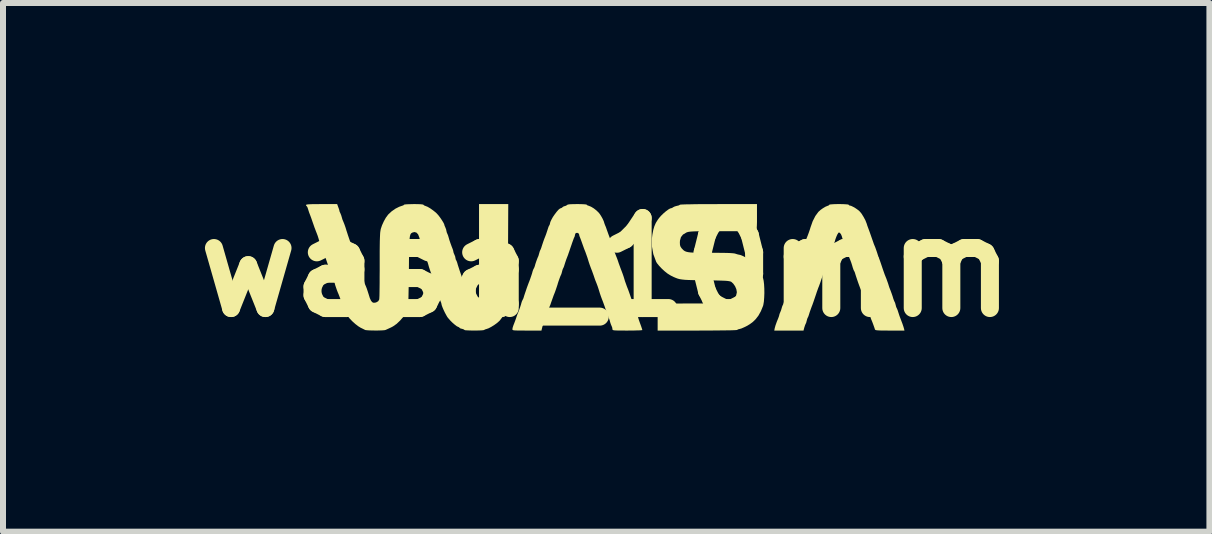
<source format=kicad_pcb>
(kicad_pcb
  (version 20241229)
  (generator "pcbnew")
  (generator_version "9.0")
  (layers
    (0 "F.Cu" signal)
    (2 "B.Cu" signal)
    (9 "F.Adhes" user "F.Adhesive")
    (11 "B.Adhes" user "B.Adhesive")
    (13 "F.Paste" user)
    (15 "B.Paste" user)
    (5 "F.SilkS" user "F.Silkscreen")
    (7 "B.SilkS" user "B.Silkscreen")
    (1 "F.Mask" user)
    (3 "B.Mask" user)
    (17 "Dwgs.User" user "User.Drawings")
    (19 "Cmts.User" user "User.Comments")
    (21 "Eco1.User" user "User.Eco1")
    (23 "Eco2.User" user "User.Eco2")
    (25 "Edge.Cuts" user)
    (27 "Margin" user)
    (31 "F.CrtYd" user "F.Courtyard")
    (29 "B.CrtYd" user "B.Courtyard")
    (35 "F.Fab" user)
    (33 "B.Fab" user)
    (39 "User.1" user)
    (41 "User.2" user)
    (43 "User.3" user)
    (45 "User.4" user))
  (footprint "wasa_10mm"
    (layer "F.Cu")
    (at 7.05 1.404)
    (property "Reference" "wasa_10mm" (at 0 0 0) (layer "F.SilkS") (effects (font (size 1.5 1.5) (thickness 0.3))))
    (attr board_only exclude_from_pos_files exclude_from_bom)
    (fp_poly (pts (xy 2.512 -0.842) (xy 2.512 -0.756) (xy 2.51 -0.692) (xy 2.507 -0.649) (xy 2.502 -0.623) (xy 2.498 -0.616) (xy 2.489 -0.612) (xy 2.467 -0.61) (xy 2.43 -0.607) (xy 2.379 -0.605) (xy 2.31 -0.604) (xy 2.223 -0.603) (xy 2.117 -0.602) (xy 1.989 -0.602) (xy 1.936 -0.602) (xy 1.809 -0.602) (xy 1.703 -0.602) (xy 1.615 -0.601) (xy 1.545 -0.601) (xy 1.489 -0.6) (xy 1.445 -0.598) (xy 1.412 -0.596) (xy 1.386 -0.593) (xy 1.367 -0.59) (xy 1.352 -0.586) (xy 1.338 -0.581) (xy 1.334 -0.579) (xy 1.279 -0.546) (xy 1.245 -0.503) (xy 1.229 -0.446) (xy 1.227 -0.415) (xy 1.229 -0.373) (xy 1.238 -0.345) (xy 1.255 -0.319) (xy 1.259 -0.315) (xy 1.277 -0.296) (xy 1.293 -0.281) (xy 1.312 -0.269) (xy 1.335 -0.26) (xy 1.365 -0.253) (xy 1.404 -0.248) (xy 1.455 -0.245) (xy 1.522 -0.244) (xy 1.605 -0.243) (xy 1.709 -0.243) (xy 1.739 -0.243) (xy 1.849 -0.242) (xy 1.938 -0.241) (xy 2.008 -0.24) (xy 2.063 -0.238) (xy 2.104 -0.235) (xy 2.133 -0.232) (xy 2.154 -0.227) (xy 2.159 -0.225) (xy 2.192 -0.215) (xy 2.219 -0.209) (xy 2.224 -0.209) (xy 2.246 -0.202) (xy 2.281 -0.187) (xy 2.325 -0.164) (xy 2.369 -0.139) (xy 2.41 -0.113) (xy 2.441 -0.09) (xy 2.445 -0.087) (xy 2.501 -0.03) (xy 2.546 0.032) (xy 2.584 0.105) (xy 2.613 0.179) (xy 2.623 0.223) (xy 2.63 0.283) (xy 2.634 0.354) (xy 2.635 0.43) (xy 2.632 0.504) (xy 2.627 0.571) (xy 2.618 0.624) (xy 2.613 0.643) (xy 2.577 0.731) (xy 2.537 0.803) (xy 2.489 0.865) (xy 2.444 0.909) (xy 2.404 0.939) (xy 2.354 0.971) (xy 2.3 0.998) (xy 2.252 1.019) (xy 2.227 1.026) (xy 2.199 1.033) (xy 2.182 1.042) (xy 2.181 1.043) (xy 2.169 1.045) (xy 2.135 1.047) (xy 2.082 1.049) (xy 2.012 1.05) (xy 1.926 1.051) (xy 1.827 1.052) (xy 1.716 1.053) (xy 1.596 1.053) (xy 1.516 1.054) (xy 0.857 1.054) (xy 0.857 0.835) (xy 0.857 0.757) (xy 0.858 0.7) (xy 0.859 0.66) (xy 0.862 0.633) (xy 0.866 0.618) (xy 0.872 0.61) (xy 0.875 0.609) (xy 0.89 0.608) (xy 0.926 0.606) (xy 0.98 0.605) (xy 1.051 0.604) (xy 1.135 0.603) (xy 1.232 0.603) (xy 1.338 0.602) (xy 1.451 0.602) (xy 1.473 0.602) (xy 2.053 0.602) (xy 2.092 0.572) (xy 2.133 0.529) (xy 2.163 0.476) (xy 2.176 0.42) (xy 2.176 0.41) (xy 2.168 0.364) (xy 2.147 0.315) (xy 2.117 0.272) (xy 2.084 0.242) (xy 2.08 0.24) (xy 2.067 0.235) (xy 2.049 0.231) (xy 2.023 0.227) (xy 1.987 0.224) (xy 1.939 0.222) (xy 1.875 0.22) (xy 1.794 0.218) (xy 1.694 0.217) (xy 1.65 0.216) (xy 1.539 0.215) (xy 1.448 0.213) (xy 1.374 0.211) (xy 1.314 0.208) (xy 1.266 0.203) (xy 1.226 0.197) (xy 1.191 0.188) (xy 1.159 0.176) (xy 1.126 0.162) (xy 1.089 0.144) (xy 1.065 0.131) (xy 1.022 0.104) (xy 0.973 0.065) (xy 0.924 0.02) (xy 0.88 -0.027) (xy 0.846 -0.069) (xy 0.832 -0.093) (xy 0.785 -0.219) (xy 0.762 -0.347) (xy 0.761 -0.478) (xy 0.769 -0.544) (xy 0.784 -0.623) (xy 0.803 -0.686) (xy 0.827 -0.741) (xy 0.86 -0.794) (xy 0.88 -0.821) (xy 0.913 -0.859) (xy 0.953 -0.898) (xy 0.995 -0.934) (xy 1.034 -0.963) (xy 1.065 -0.981) (xy 1.08 -0.984) (xy 1.1 -0.991) (xy 1.115 -1.001) (xy 1.141 -1.014) (xy 1.176 -1.024) (xy 1.182 -1.025) (xy 1.21 -1.032) (xy 1.226 -1.041) (xy 1.227 -1.043) (xy 1.238 -1.045) (xy 1.271 -1.047) (xy 1.324 -1.049) (xy 1.396 -1.05) (xy 1.484 -1.052) (xy 1.588 -1.053) (xy 1.705 -1.053) (xy 1.834 -1.053) (xy 1.87 -1.054) (xy 2.512 -1.054)) (stroke (width 0) (type solid)) (fill yes) (layer "F.SilkS"))
    (fp_poly (pts (xy 3.946 -1.053) (xy 3.997 -1.05) (xy 4.029 -1.047) (xy 4.04 -1.042) (xy 4.04 -1.042) (xy 4.05 -1.031) (xy 4.056 -1.03) (xy 4.081 -1.024) (xy 4.116 -1.007) (xy 4.157 -0.983) (xy 4.195 -0.956) (xy 4.22 -0.935) (xy 4.253 -0.896) (xy 4.286 -0.843) (xy 4.317 -0.786) (xy 4.338 -0.733) (xy 4.34 -0.728) (xy 4.35 -0.695) (xy 4.366 -0.652) (xy 4.376 -0.625) (xy 4.392 -0.581) (xy 4.411 -0.527) (xy 4.429 -0.475) (xy 4.445 -0.43) (xy 4.458 -0.392) (xy 4.468 -0.367) (xy 4.469 -0.365) (xy 4.482 -0.334) (xy 4.497 -0.292) (xy 4.512 -0.249) (xy 4.522 -0.217) (xy 4.523 -0.214) (xy 4.533 -0.183) (xy 4.539 -0.168) (xy 4.543 -0.157) (xy 4.548 -0.145) (xy 4.555 -0.126) (xy 4.565 -0.098) (xy 4.579 -0.057) (xy 4.598 -0.000404) (xy 4.612 0.041) (xy 4.628 0.086) (xy 4.642 0.126) (xy 4.653 0.152) (xy 4.654 0.156) (xy 4.667 0.187) (xy 4.682 0.229) (xy 4.697 0.271) (xy 4.707 0.304) (xy 4.708 0.307) (xy 4.718 0.338) (xy 4.724 0.353) (xy 4.737 0.386) (xy 4.754 0.432) (xy 4.771 0.481) (xy 4.783 0.521) (xy 4.794 0.551) (xy 4.803 0.572) (xy 4.804 0.573) (xy 4.813 0.592) (xy 4.821 0.621) (xy 4.822 0.625) (xy 4.83 0.656) (xy 4.838 0.676) (xy 4.839 0.677) (xy 4.848 0.696) (xy 4.859 0.725) (xy 4.86 0.729) (xy 4.887 0.812) (xy 4.915 0.886) (xy 4.935 0.939) (xy 4.952 0.989) (xy 4.963 1.027) (xy 4.969 1.054) (xy 4.726 1.054) (xy 4.645 1.053) (xy 4.584 1.053) (xy 4.54 1.051) (xy 4.51 1.049) (xy 4.492 1.046) (xy 4.482 1.041) (xy 4.477 1.035) (xy 4.477 1.033) (xy 4.465 0.997) (xy 4.45 0.955) (xy 4.435 0.915) (xy 4.424 0.887) (xy 4.423 0.886) (xy 4.414 0.864) (xy 4.401 0.827) (xy 4.386 0.783) (xy 4.383 0.776) (xy 4.365 0.723) (xy 4.345 0.669) (xy 4.329 0.625) (xy 4.314 0.583) (xy 4.3 0.545) (xy 4.295 0.527) (xy 4.284 0.491) (xy 4.268 0.445) (xy 4.252 0.4) (xy 4.241 0.37) (xy 4.229 0.34) (xy 4.213 0.297) (xy 4.195 0.247) (xy 4.178 0.197) (xy 4.163 0.152) (xy 4.152 0.118) (xy 4.148 0.104) (xy 4.139 0.076) (xy 4.13 0.061) (xy 4.12 0.04) (xy 4.11 0.01) (xy 4.109 0.009) (xy 4.097 -0.033) (xy 4.081 -0.083) (xy 4.063 -0.13) (xy 4.052 -0.156) (xy 4.044 -0.178) (xy 4.03 -0.215) (xy 4.015 -0.259) (xy 4.013 -0.266) (xy 3.994 -0.319) (xy 3.975 -0.373) (xy 3.959 -0.417) (xy 3.943 -0.459) (xy 3.93 -0.5) (xy 3.925 -0.519) (xy 3.912 -0.55) (xy 3.894 -0.573) (xy 3.894 -0.573) (xy 3.879 -0.581) (xy 3.868 -0.575) (xy 3.854 -0.552) (xy 3.85 -0.546) (xy 3.834 -0.509) (xy 3.821 -0.474) (xy 3.819 -0.469) (xy 3.808 -0.43) (xy 3.793 -0.386) (xy 3.778 -0.345) (xy 3.766 -0.316) (xy 3.764 -0.312) (xy 3.755 -0.289) (xy 3.746 -0.257) (xy 3.745 -0.255) (xy 3.736 -0.222) (xy 3.727 -0.198) (xy 3.726 -0.197) (xy 3.716 -0.173) (xy 3.701 -0.135) (xy 3.685 -0.09) (xy 3.672 -0.047) (xy 3.67 -0.041) (xy 3.66 -0.01) (xy 3.646 0.031) (xy 3.636 0.058) (xy 3.619 0.102) (xy 3.6 0.156) (xy 3.582 0.208) (xy 3.567 0.253) (xy 3.553 0.291) (xy 3.544 0.316) (xy 3.543 0.318) (xy 3.534 0.34) (xy 3.521 0.376) (xy 3.505 0.421) (xy 3.501 0.434) (xy 3.478 0.502) (xy 3.461 0.552) (xy 3.449 0.587) (xy 3.44 0.611) (xy 3.435 0.627) (xy 3.43 0.638) (xy 3.428 0.643) (xy 3.411 0.689) (xy 3.391 0.745) (xy 3.378 0.787) (xy 3.368 0.817) (xy 3.358 0.838) (xy 3.357 0.839) (xy 3.349 0.858) (xy 3.341 0.888) (xy 3.34 0.891) (xy 3.332 0.922) (xy 3.323 0.942) (xy 3.322 0.944) (xy 3.314 0.961) (xy 3.304 0.992) (xy 3.3 1.004) (xy 3.287 1.054) (xy 3.043 1.054) (xy 2.8 1.054) (xy 2.807 1.016) (xy 2.82 0.969) (xy 2.842 0.907) (xy 2.866 0.848) (xy 2.877 0.818) (xy 2.883 0.797) (xy 2.883 0.796) (xy 2.888 0.776) (xy 2.899 0.75) (xy 2.913 0.716) (xy 2.923 0.681) (xy 2.932 0.651) (xy 2.94 0.632) (xy 2.941 0.631) (xy 2.95 0.613) (xy 2.96 0.583) (xy 2.962 0.579) (xy 2.978 0.525) (xy 2.998 0.47) (xy 3.011 0.434) (xy 3.026 0.397) (xy 3.043 0.348) (xy 3.06 0.298) (xy 3.07 0.266) (xy 3.08 0.236) (xy 3.088 0.216) (xy 3.089 0.214) (xy 3.097 0.197) (xy 3.109 0.164) (xy 3.125 0.121) (xy 3.142 0.073) (xy 3.158 0.026) (xy 3.171 -0.015) (xy 3.179 -0.042) (xy 3.18 -0.046) (xy 3.189 -0.073) (xy 3.196 -0.087) (xy 3.205 -0.105) (xy 3.215 -0.135) (xy 3.217 -0.139) (xy 3.231 -0.183) (xy 3.247 -0.233) (xy 3.264 -0.278) (xy 3.275 -0.307) (xy 3.284 -0.329) (xy 3.297 -0.366) (xy 3.311 -0.405) (xy 3.326 -0.447) (xy 3.338 -0.483) (xy 3.347 -0.504) (xy 3.36 -0.537) (xy 3.377 -0.583) (xy 3.393 -0.63) (xy 3.404 -0.666) (xy 3.44 -0.768) (xy 3.485 -0.856) (xy 3.535 -0.924) (xy 3.569 -0.955) (xy 3.611 -0.985) (xy 3.653 -1.01) (xy 3.685 -1.023) (xy 3.708 -1.032) (xy 3.716 -1.042) (xy 3.727 -1.047) (xy 3.759 -1.05) (xy 3.809 -1.053) (xy 3.873 -1.054) (xy 3.878 -1.054)) (stroke (width 0) (type solid)) (fill yes) (layer "F.SilkS"))
    (fp_poly (pts (xy -0.423 -1.053) (xy -0.374 -1.051) (xy -0.341 -1.048) (xy -0.325 -1.044) (xy -0.324 -1.043) (xy -0.314 -1.033) (xy -0.29 -1.025) (xy -0.29 -1.025) (xy -0.253 -1.01) (xy -0.208 -0.983) (xy -0.163 -0.948) (xy -0.124 -0.91) (xy -0.104 -0.884) (xy -0.082 -0.849) (xy -0.06 -0.81) (xy -0.044 -0.775) (xy -0.035 -0.751) (xy -0.035 -0.747) (xy -0.03 -0.732) (xy -0.02 -0.705) (xy -0.019 -0.702) (xy -0.006 -0.672) (xy 0.009 -0.629) (xy 0.023 -0.59) (xy 0.038 -0.548) (xy 0.051 -0.513) (xy 0.059 -0.492) (xy 0.072 -0.458) (xy 0.089 -0.413) (xy 0.105 -0.366) (xy 0.116 -0.33) (xy 0.128 -0.29) (xy 0.144 -0.243) (xy 0.161 -0.198) (xy 0.173 -0.168) (xy 0.182 -0.145) (xy 0.195 -0.109) (xy 0.208 -0.069) (xy 0.223 -0.028) (xy 0.236 0.008) (xy 0.244 0.029) (xy 0.257 0.063) (xy 0.274 0.108) (xy 0.29 0.155) (xy 0.301 0.191) (xy 0.313 0.231) (xy 0.33 0.278) (xy 0.346 0.323) (xy 0.358 0.353) (xy 0.367 0.376) (xy 0.38 0.412) (xy 0.394 0.452) (xy 0.408 0.493) (xy 0.421 0.529) (xy 0.429 0.55) (xy 0.445 0.591) (xy 0.463 0.642) (xy 0.479 0.691) (xy 0.486 0.715) (xy 0.496 0.746) (xy 0.506 0.767) (xy 0.507 0.767) (xy 0.518 0.789) (xy 0.524 0.81) (xy 0.531 0.834) (xy 0.543 0.873) (xy 0.559 0.919) (xy 0.566 0.938) (xy 0.582 0.982) (xy 0.594 1.018) (xy 0.601 1.041) (xy 0.602 1.045) (xy 0.591 1.047) (xy 0.56 1.05) (xy 0.513 1.051) (xy 0.452 1.053) (xy 0.382 1.053) (xy 0.353 1.054) (xy 0.271 1.053) (xy 0.21 1.053) (xy 0.165 1.052) (xy 0.136 1.05) (xy 0.118 1.047) (xy 0.108 1.043) (xy 0.105 1.037) (xy 0.104 1.03) (xy 0.099 1) (xy 0.091 0.981) (xy 0.078 0.95) (xy 0.068 0.921) (xy 0.057 0.881) (xy 0.04 0.832) (xy 0.023 0.784) (xy 0.012 0.758) (xy 0.004 0.736) (xy -0.01 0.699) (xy -0.023 0.66) (xy -0.038 0.618) (xy -0.051 0.582) (xy -0.059 0.561) (xy -0.072 0.528) (xy -0.089 0.482) (xy -0.105 0.435) (xy -0.116 0.399) (xy -0.128 0.36) (xy -0.144 0.312) (xy -0.161 0.267) (xy -0.173 0.237) (xy -0.182 0.215) (xy -0.195 0.178) (xy -0.208 0.139) (xy -0.223 0.097) (xy -0.236 0.061) (xy -0.244 0.041) (xy -0.257 0.007) (xy -0.274 -0.039) (xy -0.29 -0.086) (xy -0.301 -0.122) (xy -0.313 -0.161) (xy -0.33 -0.209) (xy -0.346 -0.254) (xy -0.358 -0.284) (xy -0.367 -0.306) (xy -0.38 -0.343) (xy -0.394 -0.382) (xy -0.41 -0.427) (xy -0.425 -0.468) (xy -0.435 -0.494) (xy -0.447 -0.524) (xy -0.451 -0.547) (xy -0.452 -0.548) (xy -0.461 -0.566) (xy -0.482 -0.575) (xy -0.503 -0.572) (xy -0.511 -0.566) (xy -0.52 -0.543) (xy -0.521 -0.535) (xy -0.526 -0.513) (xy -0.532 -0.501) (xy -0.541 -0.481) (xy -0.554 -0.445) (xy -0.57 -0.401) (xy -0.574 -0.388) (xy -0.598 -0.319) (xy -0.615 -0.268) (xy -0.628 -0.232) (xy -0.636 -0.207) (xy -0.643 -0.19) (xy -0.647 -0.179) (xy -0.665 -0.133) (xy -0.684 -0.077) (xy -0.697 -0.035) (xy -0.707 -0.005) (xy -0.717 0.016) (xy -0.718 0.017) (xy -0.726 0.036) (xy -0.735 0.066) (xy -0.735 0.069) (xy -0.744 0.102) (xy -0.753 0.126) (xy -0.754 0.127) (xy -0.765 0.151) (xy -0.779 0.189) (xy -0.795 0.234) (xy -0.809 0.278) (xy -0.81 0.284) (xy -0.823 0.323) (xy -0.839 0.371) (xy -0.855 0.416) (xy -0.867 0.446) (xy -0.876 0.468) (xy -0.889 0.505) (xy -0.903 0.544) (xy -0.918 0.586) (xy -0.93 0.622) (xy -0.939 0.643) (xy -0.952 0.676) (xy -0.968 0.722) (xy -0.985 0.769) (xy -0.996 0.805) (xy -1.009 0.848) (xy -1.025 0.893) (xy -1.04 0.933) (xy -1.051 0.959) (xy -1.052 0.961) (xy -1.062 0.985) (xy -1.07 1.016) (xy -1.079 1.054) (xy -1.321 1.054) (xy -1.401 1.053) (xy -1.462 1.053) (xy -1.505 1.052) (xy -1.534 1.05) (xy -1.551 1.047) (xy -1.559 1.042) (xy -1.563 1.036) (xy -1.563 1.029) (xy -1.558 1.002) (xy -1.547 0.969) (xy -1.547 0.968) (xy -1.535 0.938) (xy -1.519 0.896) (xy -1.505 0.857) (xy -1.491 0.815) (xy -1.478 0.779) (xy -1.469 0.758) (xy -1.453 0.717) (xy -1.435 0.666) (xy -1.419 0.617) (xy -1.413 0.593) (xy -1.403 0.563) (xy -1.392 0.541) (xy -1.392 0.541) (xy -1.381 0.519) (xy -1.374 0.498) (xy -1.368 0.477) (xy -1.356 0.44) (xy -1.34 0.394) (xy -1.323 0.343) (xy -1.305 0.294) (xy -1.29 0.254) (xy -1.281 0.232) (xy -1.266 0.191) (xy -1.249 0.142) (xy -1.234 0.096) (xy -1.228 0.072) (xy -1.218 0.042) (xy -1.207 0.02) (xy -1.207 0.02) (xy -1.196 -0.002) (xy -1.189 -0.023) (xy -1.18 -0.056) (xy -1.166 -0.098) (xy -1.151 -0.139) (xy -1.139 -0.169) (xy -1.136 -0.174) (xy -1.127 -0.197) (xy -1.118 -0.23) (xy -1.117 -0.232) (xy -1.109 -0.262) (xy -1.1 -0.283) (xy -1.1 -0.284) (xy -1.091 -0.302) (xy -1.08 -0.331) (xy -1.079 -0.336) (xy -1.065 -0.379) (xy -1.048 -0.43) (xy -1.031 -0.477) (xy -1.02 -0.504) (xy -1.002 -0.551) (xy -0.983 -0.608) (xy -0.97 -0.648) (xy -0.96 -0.678) (xy -0.949 -0.698) (xy -0.948 -0.7) (xy -0.938 -0.721) (xy -0.938 -0.727) (xy -0.931 -0.755) (xy -0.913 -0.794) (xy -0.888 -0.839) (xy -0.857 -0.884) (xy -0.825 -0.926) (xy -0.795 -0.96) (xy -0.77 -0.98) (xy -0.759 -0.984) (xy -0.739 -0.992) (xy -0.729 -1.001) (xy -0.707 -1.016) (xy -0.694 -1.019) (xy -0.669 -1.027) (xy -0.656 -1.036) (xy -0.644 -1.044) (xy -0.622 -1.049) (xy -0.587 -1.052) (xy -0.535 -1.053) (xy -0.481 -1.054)) (stroke (width 0) (type solid)) (fill yes) (layer "F.SilkS"))
    (fp_poly (pts (xy -4.465 -1.004) (xy -4.453 -0.972) (xy -4.446 -0.948) (xy -4.446 -0.943) (xy -4.441 -0.926) (xy -4.429 -0.901) (xy -4.415 -0.866) (xy -4.405 -0.832) (xy -4.396 -0.8) (xy -4.386 -0.776) (xy -4.386 -0.776) (xy -4.376 -0.752) (xy -4.361 -0.714) (xy -4.345 -0.669) (xy -4.331 -0.624) (xy -4.33 -0.619) (xy -4.318 -0.583) (xy -4.303 -0.536) (xy -4.286 -0.486) (xy -4.269 -0.437) (xy -4.254 -0.396) (xy -4.243 -0.367) (xy -4.239 -0.359) (xy -4.229 -0.335) (xy -4.22 -0.303) (xy -4.22 -0.301) (xy -4.211 -0.269) (xy -4.202 -0.244) (xy -4.201 -0.243) (xy -4.19 -0.22) (xy -4.176 -0.181) (xy -4.16 -0.136) (xy -4.146 -0.092) (xy -4.145 -0.087) (xy -4.135 -0.057) (xy -4.121 -0.016) (xy -4.105 0.032) (xy -4.088 0.081) (xy -4.071 0.125) (xy -4.059 0.16) (xy -4.051 0.178) (xy -4.05 0.179) (xy -4.043 0.198) (xy -4.035 0.228) (xy -4.034 0.231) (xy -4.026 0.264) (xy -4.016 0.288) (xy -4.016 0.289) (xy -4.005 0.313) (xy -3.99 0.351) (xy -3.975 0.396) (xy -3.961 0.44) (xy -3.959 0.446) (xy -3.939 0.511) (xy -3.919 0.555) (xy -3.898 0.581) (xy -3.873 0.591) (xy -3.843 0.587) (xy -3.83 0.583) (xy -3.799 0.565) (xy -3.784 0.54) (xy -3.781 0.53) (xy -3.78 0.512) (xy -3.778 0.472) (xy -3.777 0.415) (xy -3.776 0.342) (xy -3.775 0.256) (xy -3.775 0.159) (xy -3.774 0.053) (xy -3.774 -0.035) (xy -3.774 -0.164) (xy -3.774 -0.273) (xy -3.773 -0.362) (xy -3.772 -0.435) (xy -3.77 -0.494) (xy -3.768 -0.54) (xy -3.766 -0.576) (xy -3.762 -0.605) (xy -3.758 -0.628) (xy -3.756 -0.639) (xy -3.735 -0.701) (xy -3.705 -0.767) (xy -3.671 -0.828) (xy -3.635 -0.876) (xy -3.63 -0.882) (xy -3.575 -0.933) (xy -3.512 -0.977) (xy -3.449 -1.009) (xy -3.403 -1.025) (xy -3.379 -1.033) (xy -3.369 -1.043) (xy -3.358 -1.047) (xy -3.328 -1.05) (xy -3.282 -1.052) (xy -3.225 -1.053) (xy -3.207 -1.054) (xy -3.141 -1.053) (xy -3.09 -1.051) (xy -3.057 -1.047) (xy -3.045 -1.043) (xy -3.045 -1.042) (xy -3.035 -1.032) (xy -3.013 -1.023) (xy -2.977 -1.009) (xy -2.931 -0.982) (xy -2.883 -0.948) (xy -2.837 -0.911) (xy -2.821 -0.895) (xy -2.795 -0.866) (xy -2.767 -0.829) (xy -2.739 -0.788) (xy -2.716 -0.751) (xy -2.701 -0.722) (xy -2.697 -0.709) (xy -2.692 -0.691) (xy -2.68 -0.665) (xy -2.68 -0.664) (xy -2.668 -0.634) (xy -2.663 -0.61) (xy -2.657 -0.583) (xy -2.649 -0.564) (xy -2.636 -0.534) (xy -2.627 -0.504) (xy -2.613 -0.455) (xy -2.594 -0.399) (xy -2.575 -0.347) (xy -2.563 -0.317) (xy -2.552 -0.287) (xy -2.547 -0.264) (xy -2.547 -0.263) (xy -2.542 -0.241) (xy -2.53 -0.213) (xy -2.517 -0.182) (xy -2.512 -0.156) (xy -2.507 -0.131) (xy -2.501 -0.121) (xy -2.492 -0.103) (xy -2.481 -0.073) (xy -2.479 -0.064) (xy -2.472 -0.039) (xy -2.458 0.004) (xy -2.44 0.06) (xy -2.417 0.126) (xy -2.393 0.198) (xy -2.385 0.22) (xy -2.36 0.292) (xy -2.337 0.359) (xy -2.318 0.417) (xy -2.303 0.462) (xy -2.294 0.49) (xy -2.293 0.495) (xy -2.273 0.549) (xy -2.247 0.582) (xy -2.217 0.593) (xy -2.182 0.582) (xy -2.157 0.562) (xy -2.119 0.523) (xy -2.119 -0.265) (xy -2.119 -1.054) (xy -1.875 -1.054) (xy -1.632 -1.054) (xy -1.636 -0.217) (xy -1.636 -0.048) (xy -1.637 0.099) (xy -1.638 0.226) (xy -1.64 0.334) (xy -1.641 0.425) (xy -1.643 0.499) (xy -1.644 0.559) (xy -1.647 0.605) (xy -1.649 0.64) (xy -1.652 0.664) (xy -1.654 0.676) (xy -1.681 0.745) (xy -1.721 0.817) (xy -1.77 0.882) (xy -1.781 0.894) (xy -1.818 0.927) (xy -1.865 0.961) (xy -1.915 0.992) (xy -1.961 1.016) (xy -1.993 1.027) (xy -2.019 1.035) (xy -2.033 1.043) (xy -2.046 1.047) (xy -2.077 1.05) (xy -2.12 1.052) (xy -2.17 1.053) (xy -2.224 1.053) (xy -2.274 1.052) (xy -2.318 1.05) (xy -2.348 1.048) (xy -2.362 1.044) (xy -2.362 1.043) (xy -2.372 1.035) (xy -2.397 1.026) (xy -2.402 1.025) (xy -2.429 1.018) (xy -2.442 1.009) (xy -2.443 1.008) (xy -2.453 0.998) (xy -2.47 0.991) (xy -2.493 0.979) (xy -2.525 0.954) (xy -2.563 0.921) (xy -2.6 0.884) (xy -2.632 0.847) (xy -2.647 0.828) (xy -2.666 0.795) (xy -2.688 0.754) (xy -2.71 0.708) (xy -2.728 0.666) (xy -2.74 0.633) (xy -2.744 0.616) (xy -2.749 0.592) (xy -2.761 0.563) (xy -2.773 0.534) (xy -2.778 0.513) (xy -2.783 0.491) (xy -2.794 0.461) (xy -2.795 0.459) (xy -2.811 0.419) (xy -2.83 0.366) (xy -2.848 0.309) (xy -2.859 0.272) (xy -2.87 0.236) (xy -2.883 0.197) (xy -2.883 0.197) (xy -2.898 0.156) (xy -2.912 0.116) (xy -2.926 0.075) (xy -2.94 0.035) (xy -2.953 -0.005) (xy -2.965 -0.048) (xy -2.966 -0.052) (xy -2.976 -0.084) (xy -2.985 -0.107) (xy -2.987 -0.11) (xy -2.995 -0.129) (xy -3.004 -0.158) (xy -3.004 -0.16) (xy -3.015 -0.198) (xy -3.028 -0.229) (xy -3.04 -0.259) (xy -3.045 -0.28) (xy -3.049 -0.304) (xy -3.06 -0.336) (xy -3.061 -0.338) (xy -3.097 -0.437) (xy -3.115 -0.501) (xy -3.134 -0.549) (xy -3.162 -0.579) (xy -3.196 -0.588) (xy -3.23 -0.579) (xy -3.242 -0.572) (xy -3.251 -0.565) (xy -3.259 -0.554) (xy -3.265 -0.538) (xy -3.271 -0.515) (xy -3.275 -0.484) (xy -3.278 -0.442) (xy -3.281 -0.387) (xy -3.283 -0.318) (xy -3.284 -0.232) (xy -3.286 -0.128) (xy -3.287 -0.004) (xy -3.288 0.075) (xy -3.29 0.23) (xy -3.292 0.363) (xy -3.294 0.472) (xy -3.296 0.559) (xy -3.299 0.624) (xy -3.302 0.667) (xy -3.306 0.688) (xy -3.306 0.689) (xy -3.319 0.712) (xy -3.336 0.747) (xy -3.347 0.769) (xy -3.383 0.828) (xy -3.434 0.887) (xy -3.492 0.942) (xy -3.552 0.984) (xy -3.584 1.001) (xy -3.623 1.019) (xy -3.656 1.034) (xy -3.673 1.042) (xy -3.692 1.047) (xy -3.729 1.05) (xy -3.778 1.052) (xy -3.833 1.053) (xy -3.89 1.052) (xy -3.942 1.051) (xy -3.985 1.048) (xy -4.012 1.045) (xy -4.017 1.043) (xy -4.037 1.033) (xy -4.069 1.017) (xy -4.092 1.006) (xy -4.132 0.981) (xy -4.18 0.944) (xy -4.23 0.899) (xy -4.274 0.853) (xy -4.308 0.812) (xy -4.313 0.805) (xy -4.332 0.771) (xy -4.354 0.728) (xy -4.376 0.682) (xy -4.394 0.639) (xy -4.407 0.605) (xy -4.411 0.587) (xy -4.415 0.569) (xy -4.426 0.536) (xy -4.442 0.492) (xy -4.461 0.443) (xy -4.47 0.423) (xy -4.486 0.382) (xy -4.502 0.336) (xy -4.516 0.294) (xy -4.523 0.266) (xy -4.532 0.24) (xy -4.539 0.226) (xy -4.548 0.207) (xy -4.558 0.178) (xy -4.559 0.174) (xy -4.573 0.129) (xy -4.59 0.08) (xy -4.607 0.035) (xy -4.618 0.006) (xy -4.627 -0.017) (xy -4.64 -0.053) (xy -4.654 -0.093) (xy -4.668 -0.135) (xy -4.681 -0.17) (xy -4.69 -0.191) (xy -4.706 -0.232) (xy -4.724 -0.283) (xy -4.74 -0.332) (xy -4.746 -0.356) (xy -4.756 -0.387) (xy -4.767 -0.408) (xy -4.767 -0.408) (xy -4.778 -0.43) (xy -4.785 -0.452) (xy -4.794 -0.484) (xy -4.808 -0.528) (xy -4.825 -0.573) (xy -4.839 -0.608) (xy -4.847 -0.63) (xy -4.861 -0.666) (xy -4.876 -0.71) (xy -4.879 -0.718) (xy -4.897 -0.77) (xy -4.916 -0.825) (xy -4.932 -0.868) (xy -4.949 -0.912) (xy -4.963 -0.955) (xy -4.969 -0.975) (xy -4.979 -1.003) (xy -4.989 -1.018) (xy -4.991 -1.019) (xy -5 -1.028) (xy -5.001 -1.036) (xy -4.999 -1.042) (xy -4.989 -1.046) (xy -4.969 -1.049) (xy -4.936 -1.051) (xy -4.889 -1.053) (xy -4.823 -1.053) (xy -4.742 -1.054) (xy -4.483 -1.054)) (stroke (width 0) (type solid)) (fill yes) (layer "F.SilkS")))
  (gr_rect
    (start -3 -3)
    (end 17.1 5.808)
    (stroke (width 0.1) (type default))
    (fill no)
    (layer "Edge.Cuts")))
</source>
